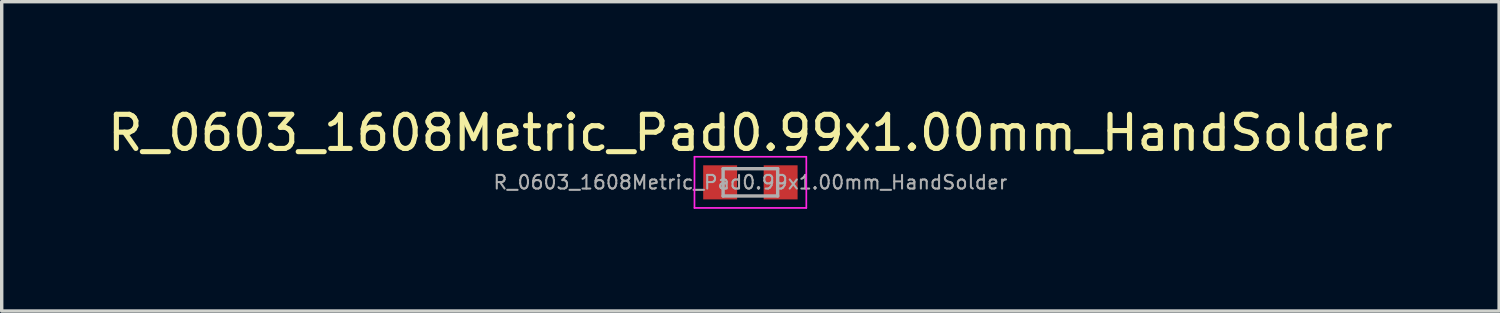
<source format=kicad_pcb>
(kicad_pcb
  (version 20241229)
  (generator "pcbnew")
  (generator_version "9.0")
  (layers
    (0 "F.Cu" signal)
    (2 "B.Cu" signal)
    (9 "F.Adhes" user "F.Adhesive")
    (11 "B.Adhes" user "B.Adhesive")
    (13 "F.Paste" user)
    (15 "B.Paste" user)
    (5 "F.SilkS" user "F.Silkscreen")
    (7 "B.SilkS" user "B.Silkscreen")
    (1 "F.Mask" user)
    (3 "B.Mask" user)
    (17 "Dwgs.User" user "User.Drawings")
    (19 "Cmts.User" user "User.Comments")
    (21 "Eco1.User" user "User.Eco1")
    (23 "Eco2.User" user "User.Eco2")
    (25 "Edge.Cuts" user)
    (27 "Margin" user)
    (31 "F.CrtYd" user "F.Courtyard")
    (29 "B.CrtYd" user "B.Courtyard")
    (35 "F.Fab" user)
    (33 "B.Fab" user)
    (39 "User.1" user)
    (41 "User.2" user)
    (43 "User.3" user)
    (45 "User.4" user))
  (footprint "R_0603_1608Metric_Pad0.99x1.00mm_HandSolder"
    (layer "F.Cu")
    (at 18.958 2.298)
    (property "Reference" "R_0603_1608Metric_Pad0.99x1.00mm_HandSolder" (at 0 -1.45 180) (layer "F.SilkS") (effects (font (size 1 1) (thickness 0.15))))
    (attr smd)
    (fp_line (start -1.64 -0.75) (end 1.64 -0.75) (stroke (width 0.05) (type solid)) (layer "F.CrtYd"))
    (fp_line (start -1.64 0.75) (end -1.64 -0.75) (stroke (width 0.05) (type solid)) (layer "F.CrtYd"))
    (fp_line (start 1.64 -0.75) (end 1.64 0.75) (stroke (width 0.05) (type solid)) (layer "F.CrtYd"))
    (fp_line (start 1.64 0.75) (end -1.64 0.75) (stroke (width 0.05) (type solid)) (layer "F.CrtYd"))
    (fp_line (start -0.8 -0.4) (end 0.8 -0.4) (stroke (width 0.1) (type solid)) (layer "F.Fab"))
    (fp_line (start -0.8 0.4) (end -0.8 -0.4) (stroke (width 0.1) (type solid)) (layer "F.Fab"))
    (fp_line (start 0.8 -0.4) (end 0.8 0.4) (stroke (width 0.1) (type solid)) (layer "F.Fab"))
    (fp_line (start 0.8 0.4) (end -0.8 0.4) (stroke (width 0.1) (type solid)) (layer "F.Fab"))
    (fp_text user "${REFERENCE}" (at 0 0 180) (layer "F.Fab") (effects (font (size 0.4 0.4) (thickness 0.06))))
    (pad "1" smd rect (at -0.887 0) (size 0.995 1) (layers "F.Cu" "F.Mask" "F.Paste"))
    (pad "2" smd rect (at 0.887 0) (size 0.995 1) (layers "F.Cu" "F.Mask" "F.Paste")))
  (gr_rect
    (start -3 -3)
    (end 40.917 6.073)
    (stroke (width 0.1) (type default))
    (fill no)
    (layer "Edge.Cuts")))
</source>
